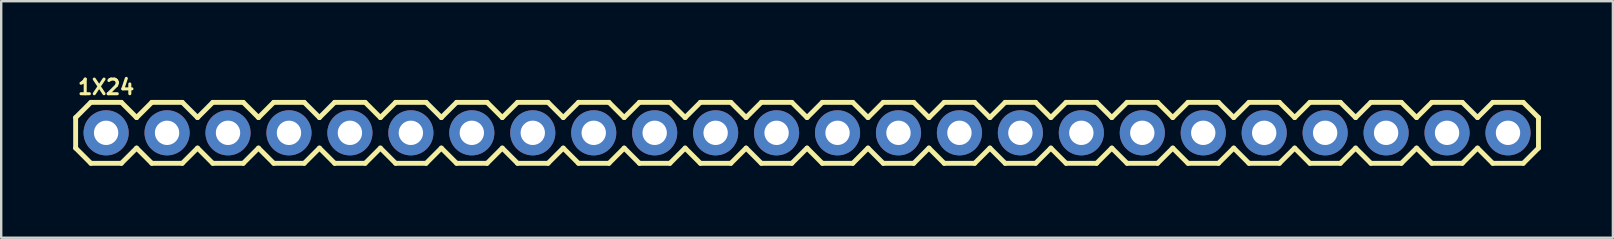
<source format=kicad_pcb>
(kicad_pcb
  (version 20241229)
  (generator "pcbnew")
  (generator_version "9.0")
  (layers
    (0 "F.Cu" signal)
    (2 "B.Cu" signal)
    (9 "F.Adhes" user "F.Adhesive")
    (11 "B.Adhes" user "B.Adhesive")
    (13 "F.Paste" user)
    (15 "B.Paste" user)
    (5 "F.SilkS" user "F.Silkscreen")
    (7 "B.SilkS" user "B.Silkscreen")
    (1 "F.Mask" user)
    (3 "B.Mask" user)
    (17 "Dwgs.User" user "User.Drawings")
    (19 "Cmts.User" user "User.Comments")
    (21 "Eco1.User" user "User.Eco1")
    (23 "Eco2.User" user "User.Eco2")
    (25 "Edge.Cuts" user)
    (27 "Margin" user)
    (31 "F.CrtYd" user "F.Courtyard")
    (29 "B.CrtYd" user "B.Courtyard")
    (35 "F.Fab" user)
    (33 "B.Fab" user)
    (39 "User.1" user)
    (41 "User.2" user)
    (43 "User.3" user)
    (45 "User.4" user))
  (footprint "1X24"
    (layer "F.Cu")
    (at 28.042 2.485)
    (property "Reference" "1X24" (at -26.67 -1.905 0) (layer "F.SilkS") (effects (font (size 0.61 0.61) (thickness 0.127))))
    (attr exclude_from_pos_files exclude_from_bom)
    (fp_line (start -27.94 -0.635) (end -27.94 0.635) (stroke (width 0.203) (type solid)) (layer "F.SilkS"))
    (fp_line (start -27.94 -0.635) (end -27.305 -1.27) (stroke (width 0.203) (type solid)) (layer "F.SilkS"))
    (fp_line (start -27.305 -1.27) (end -26.035 -1.27) (stroke (width 0.203) (type solid)) (layer "F.SilkS"))
    (fp_line (start -27.305 1.27) (end -27.94 0.635) (stroke (width 0.203) (type solid)) (layer "F.SilkS"))
    (fp_line (start -26.035 -1.27) (end -25.4 -0.635) (stroke (width 0.203) (type solid)) (layer "F.SilkS"))
    (fp_line (start -26.035 1.27) (end -27.305 1.27) (stroke (width 0.203) (type solid)) (layer "F.SilkS"))
    (fp_line (start -25.4 -0.635) (end -24.765 -1.27) (stroke (width 0.203) (type solid)) (layer "F.SilkS"))
    (fp_line (start -25.4 0.635) (end -26.035 1.27) (stroke (width 0.203) (type solid)) (layer "F.SilkS"))
    (fp_line (start -24.765 -1.27) (end -23.495 -1.27) (stroke (width 0.203) (type solid)) (layer "F.SilkS"))
    (fp_line (start -24.765 1.27) (end -25.4 0.635) (stroke (width 0.203) (type solid)) (layer "F.SilkS"))
    (fp_line (start -23.495 -1.27) (end -22.86 -0.635) (stroke (width 0.203) (type solid)) (layer "F.SilkS"))
    (fp_line (start -23.495 1.27) (end -24.765 1.27) (stroke (width 0.203) (type solid)) (layer "F.SilkS"))
    (fp_line (start -22.86 0.635) (end -23.495 1.27) (stroke (width 0.203) (type solid)) (layer "F.SilkS"))
    (fp_line (start -22.86 0.635) (end -22.225 1.27) (stroke (width 0.203) (type solid)) (layer "F.SilkS"))
    (fp_line (start -22.225 -1.27) (end -22.86 -0.635) (stroke (width 0.203) (type solid)) (layer "F.SilkS"))
    (fp_line (start -22.225 -1.27) (end -20.955 -1.27) (stroke (width 0.203) (type solid)) (layer "F.SilkS"))
    (fp_line (start -20.955 -1.27) (end -20.32 -0.635) (stroke (width 0.203) (type solid)) (layer "F.SilkS"))
    (fp_line (start -20.955 1.27) (end -22.225 1.27) (stroke (width 0.203) (type solid)) (layer "F.SilkS"))
    (fp_line (start -20.32 -0.635) (end -19.685 -1.27) (stroke (width 0.203) (type solid)) (layer "F.SilkS"))
    (fp_line (start -20.32 0.635) (end -20.955 1.27) (stroke (width 0.203) (type solid)) (layer "F.SilkS"))
    (fp_line (start -19.685 -1.27) (end -18.415 -1.27) (stroke (width 0.203) (type solid)) (layer "F.SilkS"))
    (fp_line (start -19.685 1.27) (end -20.32 0.635) (stroke (width 0.203) (type solid)) (layer "F.SilkS"))
    (fp_line (start -18.415 -1.27) (end -17.78 -0.635) (stroke (width 0.203) (type solid)) (layer "F.SilkS"))
    (fp_line (start -18.415 1.27) (end -19.685 1.27) (stroke (width 0.203) (type solid)) (layer "F.SilkS"))
    (fp_line (start -17.78 -0.635) (end -17.145 -1.27) (stroke (width 0.203) (type solid)) (layer "F.SilkS"))
    (fp_line (start -17.78 0.635) (end -18.415 1.27) (stroke (width 0.203) (type solid)) (layer "F.SilkS"))
    (fp_line (start -17.145 -1.27) (end -15.875 -1.27) (stroke (width 0.203) (type solid)) (layer "F.SilkS"))
    (fp_line (start -17.145 1.27) (end -17.78 0.635) (stroke (width 0.203) (type solid)) (layer "F.SilkS"))
    (fp_line (start -15.875 -1.27) (end -15.24 -0.635) (stroke (width 0.203) (type solid)) (layer "F.SilkS"))
    (fp_line (start -15.875 1.27) (end -17.145 1.27) (stroke (width 0.203) (type solid)) (layer "F.SilkS"))
    (fp_line (start -15.24 0.635) (end -15.875 1.27) (stroke (width 0.203) (type solid)) (layer "F.SilkS"))
    (fp_line (start -15.24 0.635) (end -14.605 1.27) (stroke (width 0.203) (type solid)) (layer "F.SilkS"))
    (fp_line (start -14.605 -1.27) (end -15.24 -0.635) (stroke (width 0.203) (type solid)) (layer "F.SilkS"))
    (fp_line (start -14.605 -1.27) (end -13.335 -1.27) (stroke (width 0.203) (type solid)) (layer "F.SilkS"))
    (fp_line (start -13.335 -1.27) (end -12.7 -0.635) (stroke (width 0.203) (type solid)) (layer "F.SilkS"))
    (fp_line (start -13.335 1.27) (end -14.605 1.27) (stroke (width 0.203) (type solid)) (layer "F.SilkS"))
    (fp_line (start -12.7 0.635) (end -13.335 1.27) (stroke (width 0.203) (type solid)) (layer "F.SilkS"))
    (fp_line (start -12.7 0.635) (end -12.065 1.27) (stroke (width 0.203) (type solid)) (layer "F.SilkS"))
    (fp_line (start -12.065 -1.27) (end -12.7 -0.635) (stroke (width 0.203) (type solid)) (layer "F.SilkS"))
    (fp_line (start -12.065 -1.27) (end -10.795 -1.27) (stroke (width 0.203) (type solid)) (layer "F.SilkS"))
    (fp_line (start -10.795 -1.27) (end -10.16 -0.635) (stroke (width 0.203) (type solid)) (layer "F.SilkS"))
    (fp_line (start -10.795 1.27) (end -12.065 1.27) (stroke (width 0.203) (type solid)) (layer "F.SilkS"))
    (fp_line (start -10.16 -0.635) (end -9.525 -1.27) (stroke (width 0.203) (type solid)) (layer "F.SilkS"))
    (fp_line (start -10.16 0.635) (end -10.795 1.27) (stroke (width 0.203) (type solid)) (layer "F.SilkS"))
    (fp_line (start -9.525 -1.27) (end -8.255 -1.27) (stroke (width 0.203) (type solid)) (layer "F.SilkS"))
    (fp_line (start -9.525 1.27) (end -10.16 0.635) (stroke (width 0.203) (type solid)) (layer "F.SilkS"))
    (fp_line (start -8.255 -1.27) (end -7.62 -0.635) (stroke (width 0.203) (type solid)) (layer "F.SilkS"))
    (fp_line (start -8.255 1.27) (end -9.525 1.27) (stroke (width 0.203) (type solid)) (layer "F.SilkS"))
    (fp_line (start -7.62 -0.635) (end -6.985 -1.27) (stroke (width 0.203) (type solid)) (layer "F.SilkS"))
    (fp_line (start -7.62 0.635) (end -8.255 1.27) (stroke (width 0.203) (type solid)) (layer "F.SilkS"))
    (fp_line (start -6.985 -1.27) (end -5.715 -1.27) (stroke (width 0.203) (type solid)) (layer "F.SilkS"))
    (fp_line (start -6.985 1.27) (end -7.62 0.635) (stroke (width 0.203) (type solid)) (layer "F.SilkS"))
    (fp_line (start -5.715 -1.27) (end -5.08 -0.635) (stroke (width 0.203) (type solid)) (layer "F.SilkS"))
    (fp_line (start -5.715 1.27) (end -6.985 1.27) (stroke (width 0.203) (type solid)) (layer "F.SilkS"))
    (fp_line (start -5.08 0.635) (end -5.715 1.27) (stroke (width 0.203) (type solid)) (layer "F.SilkS"))
    (fp_line (start -5.08 0.635) (end -4.445 1.27) (stroke (width 0.203) (type solid)) (layer "F.SilkS"))
    (fp_line (start -4.445 -1.27) (end -5.08 -0.635) (stroke (width 0.203) (type solid)) (layer "F.SilkS"))
    (fp_line (start -4.445 -1.27) (end -3.175 -1.27) (stroke (width 0.203) (type solid)) (layer "F.SilkS"))
    (fp_line (start -3.175 -1.27) (end -2.54 -0.635) (stroke (width 0.203) (type solid)) (layer "F.SilkS"))
    (fp_line (start -3.175 1.27) (end -4.445 1.27) (stroke (width 0.203) (type solid)) (layer "F.SilkS"))
    (fp_line (start -2.54 -0.635) (end -1.905 -1.27) (stroke (width 0.203) (type solid)) (layer "F.SilkS"))
    (fp_line (start -2.54 0.635) (end -3.175 1.27) (stroke (width 0.203) (type solid)) (layer "F.SilkS"))
    (fp_line (start -1.905 -1.27) (end -0.635 -1.27) (stroke (width 0.203) (type solid)) (layer "F.SilkS"))
    (fp_line (start -1.905 1.27) (end -2.54 0.635) (stroke (width 0.203) (type solid)) (layer "F.SilkS"))
    (fp_line (start -0.635 -1.27) (end 0 -0.635) (stroke (width 0.203) (type solid)) (layer "F.SilkS"))
    (fp_line (start -0.635 1.27) (end -1.905 1.27) (stroke (width 0.203) (type solid)) (layer "F.SilkS"))
    (fp_line (start 0 -0.635) (end 0.635 -1.27) (stroke (width 0.203) (type solid)) (layer "F.SilkS"))
    (fp_line (start 0 0.635) (end -0.635 1.27) (stroke (width 0.203) (type solid)) (layer "F.SilkS"))
    (fp_line (start 0.635 -1.27) (end 1.905 -1.27) (stroke (width 0.203) (type solid)) (layer "F.SilkS"))
    (fp_line (start 0.635 1.27) (end 0 0.635) (stroke (width 0.203) (type solid)) (layer "F.SilkS"))
    (fp_line (start 1.905 -1.27) (end 2.54 -0.635) (stroke (width 0.203) (type solid)) (layer "F.SilkS"))
    (fp_line (start 1.905 1.27) (end 0.635 1.27) (stroke (width 0.203) (type solid)) (layer "F.SilkS"))
    (fp_line (start 2.54 0.635) (end 1.905 1.27) (stroke (width 0.203) (type solid)) (layer "F.SilkS"))
    (fp_line (start 2.54 0.635) (end 3.175 1.27) (stroke (width 0.203) (type solid)) (layer "F.SilkS"))
    (fp_line (start 3.175 -1.27) (end 2.54 -0.635) (stroke (width 0.203) (type solid)) (layer "F.SilkS"))
    (fp_line (start 3.175 -1.27) (end 4.445 -1.27) (stroke (width 0.203) (type solid)) (layer "F.SilkS"))
    (fp_line (start 4.445 -1.27) (end 5.08 -0.635) (stroke (width 0.203) (type solid)) (layer "F.SilkS"))
    (fp_line (start 4.445 1.27) (end 3.175 1.27) (stroke (width 0.203) (type solid)) (layer "F.SilkS"))
    (fp_line (start 5.08 0.635) (end 4.445 1.27) (stroke (width 0.203) (type solid)) (layer "F.SilkS"))
    (fp_line (start 5.08 0.635) (end 5.715 1.27) (stroke (width 0.203) (type solid)) (layer "F.SilkS"))
    (fp_line (start 5.715 -1.27) (end 5.08 -0.635) (stroke (width 0.203) (type solid)) (layer "F.SilkS"))
    (fp_line (start 5.715 -1.27) (end 6.985 -1.27) (stroke (width 0.203) (type solid)) (layer "F.SilkS"))
    (fp_line (start 6.985 -1.27) (end 7.62 -0.635) (stroke (width 0.203) (type solid)) (layer "F.SilkS"))
    (fp_line (start 6.985 1.27) (end 5.715 1.27) (stroke (width 0.203) (type solid)) (layer "F.SilkS"))
    (fp_line (start 7.62 0.635) (end 6.985 1.27) (stroke (width 0.203) (type solid)) (layer "F.SilkS"))
    (fp_line (start 7.62 0.635) (end 8.255 1.27) (stroke (width 0.203) (type solid)) (layer "F.SilkS"))
    (fp_line (start 8.255 -1.27) (end 7.62 -0.635) (stroke (width 0.203) (type solid)) (layer "F.SilkS"))
    (fp_line (start 8.255 -1.27) (end 9.525 -1.27) (stroke (width 0.203) (type solid)) (layer "F.SilkS"))
    (fp_line (start 9.525 -1.27) (end 10.16 -0.635) (stroke (width 0.203) (type solid)) (layer "F.SilkS"))
    (fp_line (start 9.525 1.27) (end 8.255 1.27) (stroke (width 0.203) (type solid)) (layer "F.SilkS"))
    (fp_line (start 10.16 0.635) (end 9.525 1.27) (stroke (width 0.203) (type solid)) (layer "F.SilkS"))
    (fp_line (start 10.16 0.635) (end 10.795 1.27) (stroke (width 0.203) (type solid)) (layer "F.SilkS"))
    (fp_line (start 10.795 -1.27) (end 10.16 -0.635) (stroke (width 0.203) (type solid)) (layer "F.SilkS"))
    (fp_line (start 10.795 -1.27) (end 12.065 -1.27) (stroke (width 0.203) (type solid)) (layer "F.SilkS"))
    (fp_line (start 12.065 -1.27) (end 12.7 -0.635) (stroke (width 0.203) (type solid)) (layer "F.SilkS"))
    (fp_line (start 12.065 1.27) (end 10.795 1.27) (stroke (width 0.203) (type solid)) (layer "F.SilkS"))
    (fp_line (start 12.7 0.635) (end 12.065 1.27) (stroke (width 0.203) (type solid)) (layer "F.SilkS"))
    (fp_line (start 12.7 0.635) (end 13.335 1.27) (stroke (width 0.203) (type solid)) (layer "F.SilkS"))
    (fp_line (start 13.335 -1.27) (end 12.7 -0.635) (stroke (width 0.203) (type solid)) (layer "F.SilkS"))
    (fp_line (start 13.335 -1.27) (end 14.605 -1.27) (stroke (width 0.203) (type solid)) (layer "F.SilkS"))
    (fp_line (start 14.605 -1.27) (end 15.24 -0.635) (stroke (width 0.203) (type solid)) (layer "F.SilkS"))
    (fp_line (start 14.605 1.27) (end 13.335 1.27) (stroke (width 0.203) (type solid)) (layer "F.SilkS"))
    (fp_line (start 15.24 0.635) (end 14.605 1.27) (stroke (width 0.203) (type solid)) (layer "F.SilkS"))
    (fp_line (start 15.24 0.635) (end 15.875 1.27) (stroke (width 0.203) (type solid)) (layer "F.SilkS"))
    (fp_line (start 15.875 -1.27) (end 15.24 -0.635) (stroke (width 0.203) (type solid)) (layer "F.SilkS"))
    (fp_line (start 15.875 -1.27) (end 17.145 -1.27) (stroke (width 0.203) (type solid)) (layer "F.SilkS"))
    (fp_line (start 17.145 -1.27) (end 17.78 -0.635) (stroke (width 0.203) (type solid)) (layer "F.SilkS"))
    (fp_line (start 17.145 1.27) (end 15.875 1.27) (stroke (width 0.203) (type solid)) (layer "F.SilkS"))
    (fp_line (start 17.78 0.635) (end 17.145 1.27) (stroke (width 0.203) (type solid)) (layer "F.SilkS"))
    (fp_line (start 17.78 0.635) (end 18.415 1.27) (stroke (width 0.203) (type solid)) (layer "F.SilkS"))
    (fp_line (start 18.415 -1.27) (end 17.78 -0.635) (stroke (width 0.203) (type solid)) (layer "F.SilkS"))
    (fp_line (start 18.415 -1.27) (end 19.685 -1.27) (stroke (width 0.203) (type solid)) (layer "F.SilkS"))
    (fp_line (start 19.685 -1.27) (end 20.32 -0.635) (stroke (width 0.203) (type solid)) (layer "F.SilkS"))
    (fp_line (start 19.685 1.27) (end 18.415 1.27) (stroke (width 0.203) (type solid)) (layer "F.SilkS"))
    (fp_line (start 20.32 0.635) (end 19.685 1.27) (stroke (width 0.203) (type solid)) (layer "F.SilkS"))
    (fp_line (start 20.32 0.635) (end 20.955 1.27) (stroke (width 0.203) (type solid)) (layer "F.SilkS"))
    (fp_line (start 20.955 -1.27) (end 20.32 -0.635) (stroke (width 0.203) (type solid)) (layer "F.SilkS"))
    (fp_line (start 20.955 -1.27) (end 22.225 -1.27) (stroke (width 0.203) (type solid)) (layer "F.SilkS"))
    (fp_line (start 22.225 -1.27) (end 22.86 -0.635) (stroke (width 0.203) (type solid)) (layer "F.SilkS"))
    (fp_line (start 22.225 1.27) (end 20.955 1.27) (stroke (width 0.203) (type solid)) (layer "F.SilkS"))
    (fp_line (start 22.86 0.635) (end 22.225 1.27) (stroke (width 0.203) (type solid)) (layer "F.SilkS"))
    (fp_line (start 22.86 0.635) (end 23.495 1.27) (stroke (width 0.203) (type solid)) (layer "F.SilkS"))
    (fp_line (start 23.495 -1.27) (end 22.86 -0.635) (stroke (width 0.203) (type solid)) (layer "F.SilkS"))
    (fp_line (start 23.495 -1.27) (end 24.765 -1.27) (stroke (width 0.203) (type solid)) (layer "F.SilkS"))
    (fp_line (start 24.765 -1.27) (end 25.4 -0.635) (stroke (width 0.203) (type solid)) (layer "F.SilkS"))
    (fp_line (start 24.765 1.27) (end 23.495 1.27) (stroke (width 0.203) (type solid)) (layer "F.SilkS"))
    (fp_line (start 25.4 0.635) (end 24.765 1.27) (stroke (width 0.203) (type solid)) (layer "F.SilkS"))
    (fp_line (start 25.4 0.635) (end 26.035 1.27) (stroke (width 0.203) (type solid)) (layer "F.SilkS"))
    (fp_line (start 26.035 -1.27) (end 25.4 -0.635) (stroke (width 0.203) (type solid)) (layer "F.SilkS"))
    (fp_line (start 26.035 -1.27) (end 27.305 -1.27) (stroke (width 0.203) (type solid)) (layer "F.SilkS"))
    (fp_line (start 27.305 -1.27) (end 27.94 -0.635) (stroke (width 0.203) (type solid)) (layer "F.SilkS"))
    (fp_line (start 27.305 1.27) (end 26.035 1.27) (stroke (width 0.203) (type solid)) (layer "F.SilkS"))
    (fp_line (start 27.94 0.635) (end 27.305 1.27) (stroke (width 0.203) (type solid)) (layer "F.SilkS"))
    (fp_line (start 27.94 0.635) (end 28.575 1.27) (stroke (width 0.203) (type solid)) (layer "F.SilkS"))
    (fp_line (start 28.575 -1.27) (end 27.94 -0.635) (stroke (width 0.203) (type solid)) (layer "F.SilkS"))
    (fp_line (start 28.575 -1.27) (end 29.845 -1.27) (stroke (width 0.203) (type solid)) (layer "F.SilkS"))
    (fp_line (start 29.845 -1.27) (end 30.48 -0.635) (stroke (width 0.203) (type solid)) (layer "F.SilkS"))
    (fp_line (start 29.845 1.27) (end 28.575 1.27) (stroke (width 0.203) (type solid)) (layer "F.SilkS"))
    (fp_line (start 30.48 0.635) (end 29.845 1.27) (stroke (width 0.203) (type solid)) (layer "F.SilkS"))
    (fp_line (start 30.48 0.635) (end 31.115 1.27) (stroke (width 0.203) (type solid)) (layer "F.SilkS"))
    (fp_line (start 31.115 -1.27) (end 30.48 -0.635) (stroke (width 0.203) (type solid)) (layer "F.SilkS"))
    (fp_line (start 31.115 -1.27) (end 32.385 -1.27) (stroke (width 0.203) (type solid)) (layer "F.SilkS"))
    (fp_line (start 32.385 -1.27) (end 33.02 -0.635) (stroke (width 0.203) (type solid)) (layer "F.SilkS"))
    (fp_line (start 32.385 1.27) (end 31.115 1.27) (stroke (width 0.203) (type solid)) (layer "F.SilkS"))
    (fp_line (start 33.02 -0.635) (end 33.02 0.635) (stroke (width 0.203) (type solid)) (layer "F.SilkS"))
    (fp_line (start 33.02 0.635) (end 32.385 1.27) (stroke (width 0.203) (type solid)) (layer "F.SilkS"))
    (pad "2" thru_hole circle (at -26.67 0) (size 1.88 1.88) (drill 1.016) (layers "*.Cu" "*.Mask"))
    (pad "3" thru_hole circle (at -24.13 0) (size 1.88 1.88) (drill 1.016) (layers "*.Cu" "*.Mask"))
    (pad "4" thru_hole circle (at -21.59 0) (size 1.88 1.88) (drill 1.016) (layers "*.Cu" "*.Mask"))
    (pad "5" thru_hole circle (at -19.05 0) (size 1.88 1.88) (drill 1.016) (layers "*.Cu" "*.Mask"))
    (pad "6" thru_hole circle (at -16.51 0) (size 1.88 1.88) (drill 1.016) (layers "*.Cu" "*.Mask"))
    (pad "7" thru_hole circle (at -13.97 0) (size 1.88 1.88) (drill 1.016) (layers "*.Cu" "*.Mask"))
    (pad "8" thru_hole circle (at -11.43 0) (size 1.88 1.88) (drill 1.016) (layers "*.Cu" "*.Mask"))
    (pad "9" thru_hole circle (at -8.89 0) (size 1.88 1.88) (drill 1.016) (layers "*.Cu" "*.Mask"))
    (pad "10" thru_hole circle (at -6.35 0) (size 1.88 1.88) (drill 1.016) (layers "*.Cu" "*.Mask"))
    (pad "11" thru_hole circle (at -3.81 0) (size 1.88 1.88) (drill 1.016) (layers "*.Cu" "*.Mask"))
    (pad "12" thru_hole circle (at -1.27 0) (size 1.88 1.88) (drill 1.016) (layers "*.Cu" "*.Mask"))
    (pad "13" thru_hole circle (at 1.27 0) (size 1.88 1.88) (drill 1.016) (layers "*.Cu" "*.Mask"))
    (pad "14" thru_hole circle (at 3.81 0) (size 1.88 1.88) (drill 1.016) (layers "*.Cu" "*.Mask"))
    (pad "15" thru_hole circle (at 6.35 0) (size 1.88 1.88) (drill 1.016) (layers "*.Cu" "*.Mask"))
    (pad "16" thru_hole circle (at 8.89 0) (size 1.88 1.88) (drill 1.016) (layers "*.Cu" "*.Mask"))
    (pad "17" thru_hole circle (at 11.43 0) (size 1.88 1.88) (drill 1.016) (layers "*.Cu" "*.Mask"))
    (pad "18" thru_hole circle (at 13.97 0) (size 1.88 1.88) (drill 1.016) (layers "*.Cu" "*.Mask"))
    (pad "19" thru_hole circle (at 16.51 0) (size 1.88 1.88) (drill 1.016) (layers "*.Cu" "*.Mask"))
    (pad "20" thru_hole circle (at 19.05 0) (size 1.88 1.88) (drill 1.016) (layers "*.Cu" "*.Mask"))
    (pad "21" thru_hole circle (at 21.59 0) (size 1.88 1.88) (drill 1.016) (layers "*.Cu" "*.Mask"))
    (pad "22" thru_hole circle (at 24.13 0) (size 1.88 1.88) (drill 1.016) (layers "*.Cu" "*.Mask"))
    (pad "23" thru_hole circle (at 26.67 0) (size 1.88 1.88) (drill 1.016) (layers "*.Cu" "*.Mask"))
    (pad "24" thru_hole circle (at 29.21 0) (size 1.88 1.88) (drill 1.016) (layers "*.Cu" "*.Mask"))
    (pad "25" thru_hole circle (at 31.75 0) (size 1.88 1.88) (drill 1.016) (layers "*.Cu" "*.Mask")))
  (gr_rect
    (start -3 -3)
    (end 64.163 6.856)
    (stroke (width 0.1) (type default))
    (fill no)
    (layer "Edge.Cuts")))
</source>
